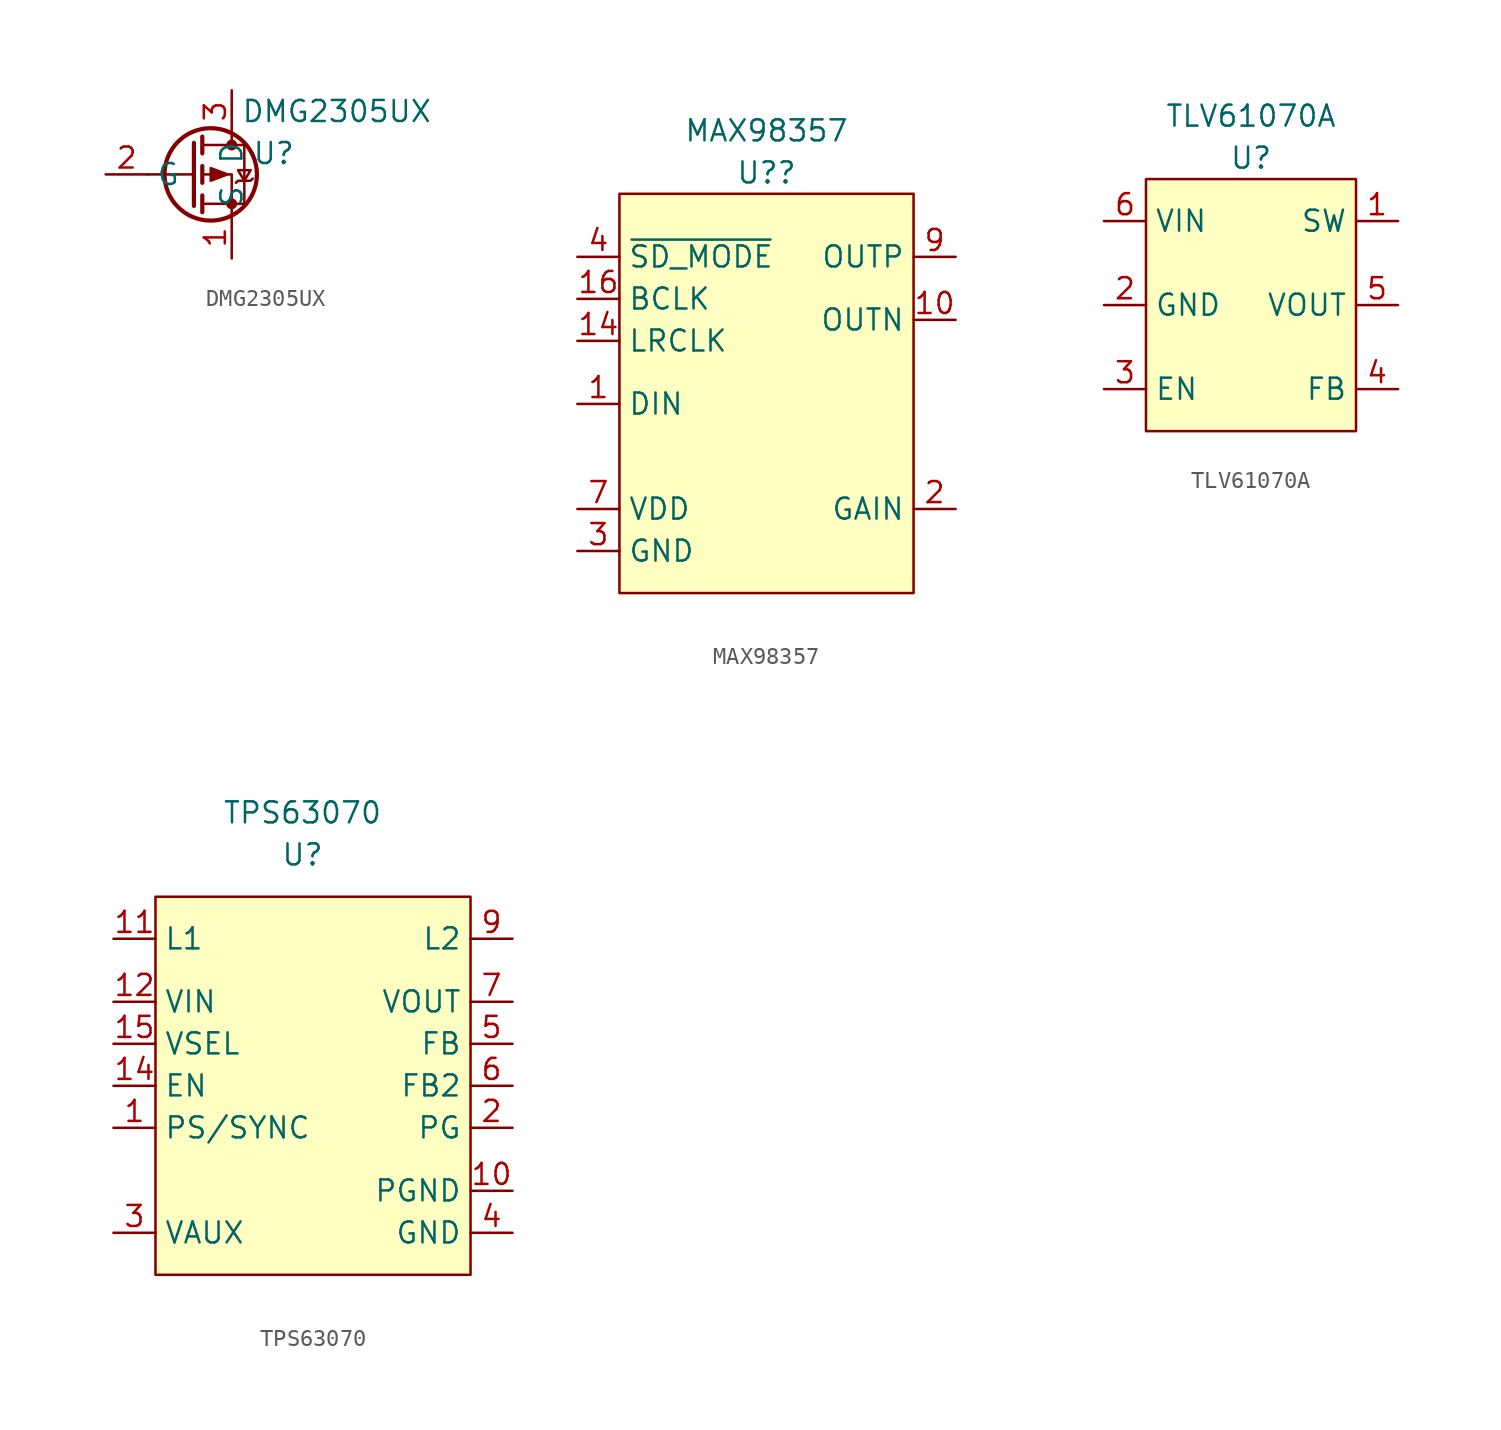
<source format=kicad_sym>
(kicad_symbol_lib
  (version 20211014)
  (generator kicad_symbol_editor)
  (symbol "DMG2305UX"
    (property "Reference" "U"
      (at 3.81 1.27 0)
      (effects (font (size 1.27 1.27))))
    (property "Value" "DMG2305UX"
      (at 7.62 3.81 0)
      (effects (font (size 1.27 1.27))))
    (symbol "DMG2305UX_0_1"
      (polyline (pts (xy -1.016 0) (xy -3.81 0)) (stroke (width 0) (type default) (color 0 0 0 0)) (fill (type none)))
      (polyline (pts (xy -1.016 1.905) (xy -1.016 -1.905)) (stroke (width 0.254) (type default) (color 0 0 0 0)) (fill (type none)))
      (polyline (pts (xy -0.508 -1.27) (xy -0.508 -2.286)) (stroke (width 0.254) (type default) (color 0 0 0 0)) (fill (type none)))
      (polyline (pts (xy -0.508 0.508) (xy -0.508 -0.508)) (stroke (width 0.254) (type default) (color 0 0 0 0)) (fill (type none)))
      (polyline (pts (xy -0.508 2.286) (xy -0.508 1.27)) (stroke (width 0.254) (type default) (color 0 0 0 0)) (fill (type none)))
      (polyline (pts (xy 1.27 2.54) (xy 1.27 1.778)) (stroke (width 0) (type default) (color 0 0 0 0)) (fill (type none)))
      (polyline (pts (xy 1.27 -2.54) (xy 1.27 0) (xy -0.508 0)) (stroke (width 0) (type default) (color 0 0 0 0)) (fill (type none)))
      (polyline (pts (xy -0.508 1.778) (xy 2.032 1.778) (xy 2.032 -1.778) (xy -0.508 -1.778)) (stroke (width 0) (type default) (color 0 0 0 0)) (fill (type none)))
      (polyline (pts (xy 1.016 0) (xy 0 0.381) (xy 0 -0.381) (xy 1.016 0)) (stroke (width 0) (type default) (color 0 0 0 0)) (fill (type outline)))
      (polyline (pts (xy 1.524 -0.508) (xy 1.651 -0.381) (xy 2.413 -0.381) (xy 2.54 -0.254)) (stroke (width 0) (type default) (color 0 0 0 0)) (fill (type none)))
      (polyline (pts (xy 2.032 -0.381) (xy 1.651 0.254) (xy 2.413 0.254) (xy 2.032 -0.381)) (stroke (width 0) (type default) (color 0 0 0 0)) (fill (type none)))
      (circle (center 0 0) (radius 2.794) (stroke (width 0.254) (type default) (color 0 0 0 0)) (fill (type none)))
      (circle (center 1.27 -1.778) (radius 0.254) (stroke (width 0) (type default) (color 0 0 0 0)) (fill (type outline)))
      (circle (center 1.27 1.778) (radius 0.254) (stroke (width 0) (type default) (color 0 0 0 0)) (fill (type outline))))
    (symbol "DMG2305UX_1_1"
      (pin passive line (at 1.27 -5.08 90) (length 2.54) (name "S" (effects (font (size 1.27 1.27)))) (number "1" (effects (font (size 1.27 1.27)))))
      (pin input line (at -6.35 0 0) (length 2.54) (name "G" (effects (font (size 1.27 1.27)))) (number "2" (effects (font (size 1.27 1.27)))))
      (pin passive line (at 1.27 5.08 270) (length 2.54) (name "D" (effects (font (size 1.27 1.27)))) (number "3" (effects (font (size 1.27 1.27)))))))
  (symbol "MAX98357"
    (property "Reference" "U?"
      (at 0 11.43 0)
      (effects (font (size 1.27 1.27))))
    (property "Value" "MAX98357"
      (at 0 13.97 0)
      (effects (font (size 1.27 1.27))))
    (symbol "MAX98357_0_1"
      (rectangle (start -8.89 10.16) (end 8.89 -13.97) (stroke (width 0) (type default) (color 0 0 0 0)) (fill (type background))))
    (symbol "MAX98357_1_0"
      (pin output line (at 11.43 2.54 180) (length 2.54) (name "OUTN" (effects (font (size 1.27 1.27)))) (number "10" (effects (font (size 1.27 1.27)))))
      (pin power_in line (at -11.43 -11.43 0) (length 2.54) hide (name "GND" (effects (font (size 1.27 1.27)))) (number "11" (effects (font (size 1.27 1.27)))))
      (pin power_in line (at -11.43 -11.43 0) (length 2.54) hide (name "THERMAL" (effects (font (size 1.27 1.27)))) (number "17" (effects (font (size 1.27 1.27)))))
      (pin bidirectional line (at 11.43 -8.89 180) (length 2.54) (name "GAIN" (effects (font (size 1.27 1.27)))) (number "2" (effects (font (size 1.27 1.27)))))
      (pin power_in line (at -11.43 -11.43 0) (length 2.54) (name "GND" (effects (font (size 1.27 1.27)))) (number "3" (effects (font (size 1.27 1.27)))))
      (pin output line (at 11.43 6.35 180) (length 2.54) (name "OUTP" (effects (font (size 1.27 1.27)))) (number "9" (effects (font (size 1.27 1.27))))))
    (symbol "MAX98357_1_1"
      (pin input line (at -11.43 -2.54 0) (length 2.54) (name "DIN" (effects (font (size 1.27 1.27)))) (number "1" (effects (font (size 1.27 1.27)))))
      (pin bidirectional line (at -11.43 1.27 0) (length 2.54) (name "LRCLK" (effects (font (size 1.27 1.27)))) (number "14" (effects (font (size 1.27 1.27)))))
      (pin power_in line (at -11.43 -11.43 0) (length 2.54) hide (name "GND" (effects (font (size 1.27 1.27)))) (number "15" (effects (font (size 1.27 1.27)))))
      (pin bidirectional line (at -11.43 3.81 0) (length 2.54) (name "BCLK" (effects (font (size 1.27 1.27)))) (number "16" (effects (font (size 1.27 1.27)))))
      (pin bidirectional line (at -11.43 6.35 0) (length 2.54) (name "~{SD_MODE}" (effects (font (size 1.27 1.27)))) (number "4" (effects (font (size 1.27 1.27)))))
      (pin power_in line (at -11.43 -8.89 0) (length 2.54) (name "VDD" (effects (font (size 1.27 1.27)))) (number "7" (effects (font (size 1.27 1.27)))))
      (pin power_in line (at -11.43 -8.89 0) (length 2.54) hide (name "VDD" (effects (font (size 1.27 1.27)))) (number "8" (effects (font (size 1.27 1.27)))))))
  (symbol "TLV61070A"
    (property "Reference" "U"
      (at 0 7.62 0)
      (effects (font (size 1.27 1.27))))
    (property "Value" "TLV61070A"
      (at 0 10.16 0)
      (effects (font (size 1.27 1.27))))
    (symbol "TLV61070A_0_1"
      (rectangle (start -6.35 6.35) (end 6.35 -8.89) (stroke (width 0) (type default) (color 0 0 0 0)) (fill (type background))))
    (symbol "TLV61070A_1_1"
      (pin input line (at 8.89 3.81 180) (length 2.54) (name "SW" (effects (font (size 1.27 1.27)))) (number "1" (effects (font (size 1.27 1.27)))))
      (pin power_in line (at -8.89 -1.27 0) (length 2.54) (name "GND" (effects (font (size 1.27 1.27)))) (number "2" (effects (font (size 1.27 1.27)))))
      (pin input line (at -8.89 -6.35 0) (length 2.54) (name "EN" (effects (font (size 1.27 1.27)))) (number "3" (effects (font (size 1.27 1.27)))))
      (pin input line (at 8.89 -6.35 180) (length 2.54) (name "FB" (effects (font (size 1.27 1.27)))) (number "4" (effects (font (size 1.27 1.27)))))
      (pin power_out line (at 8.89 -1.27 180) (length 2.54) (name "VOUT" (effects (font (size 1.27 1.27)))) (number "5" (effects (font (size 1.27 1.27)))))
      (pin power_in line (at -8.89 3.81 0) (length 2.54) (name "VIN" (effects (font (size 1.27 1.27)))) (number "6" (effects (font (size 1.27 1.27)))))))
  (symbol "TPS63070"
    (property "Reference" "U"
      (at 0 8.89 0)
      (effects (font (size 1.27 1.27))))
    (property "Value" "TPS63070"
      (at 0 11.43 0)
      (effects (font (size 1.27 1.27))))
    (symbol "TPS63070_0_1"
      (rectangle (start -8.89 6.35) (end 10.16 -16.51) (stroke (width 0) (type default) (color 0 0 0 0)) (fill (type background))))
    (symbol "TPS63070_1_1"
      (pin input line (at -11.43 -7.62 0) (length 2.54) (name "PS/SYNC" (effects (font (size 1.27 1.27)))) (number "1" (effects (font (size 1.27 1.27)))))
      (pin power_in line (at 12.7 -11.43 180) (length 2.54) (name "PGND" (effects (font (size 1.27 1.27)))) (number "10" (effects (font (size 1.27 1.27)))))
      (pin input line (at -11.43 3.81 0) (length 2.54) (name "L1" (effects (font (size 1.27 1.27)))) (number "11" (effects (font (size 1.27 1.27)))))
      (pin power_in line (at -11.43 0 0) (length 2.54) (name "VIN" (effects (font (size 1.27 1.27)))) (number "12" (effects (font (size 1.27 1.27)))))
      (pin power_in line (at -11.43 0 0) (length 2.54) hide (name "VIN" (effects (font (size 1.27 1.27)))) (number "13" (effects (font (size 1.27 1.27)))))
      (pin input line (at -11.43 -5.08 0) (length 2.54) (name "EN" (effects (font (size 1.27 1.27)))) (number "14" (effects (font (size 1.27 1.27)))))
      (pin input line (at -11.43 -2.54 0) (length 2.54) (name "VSEL" (effects (font (size 1.27 1.27)))) (number "15" (effects (font (size 1.27 1.27)))))
      (pin output line (at 12.7 -7.62 180) (length 2.54) (name "PG" (effects (font (size 1.27 1.27)))) (number "2" (effects (font (size 1.27 1.27)))))
      (pin output line (at -11.43 -13.97 0) (length 2.54) (name "VAUX" (effects (font (size 1.27 1.27)))) (number "3" (effects (font (size 1.27 1.27)))))
      (pin power_in line (at 12.7 -13.97 180) (length 2.54) (name "GND" (effects (font (size 1.27 1.27)))) (number "4" (effects (font (size 1.27 1.27)))))
      (pin input line (at 12.7 -2.54 180) (length 2.54) (name "FB" (effects (font (size 1.27 1.27)))) (number "5" (effects (font (size 1.27 1.27)))))
      (pin output line (at 12.7 -5.08 180) (length 2.54) (name "FB2" (effects (font (size 1.27 1.27)))) (number "6" (effects (font (size 1.27 1.27)))))
      (pin power_out line (at 12.7 0 180) (length 2.54) (name "VOUT" (effects (font (size 1.27 1.27)))) (number "7" (effects (font (size 1.27 1.27)))))
      (pin power_out line (at 12.7 0 180) (length 2.54) hide (name "VOUT" (effects (font (size 1.27 1.27)))) (number "8" (effects (font (size 1.27 1.27)))))
      (pin input line (at 12.7 3.81 180) (length 2.54) (name "L2" (effects (font (size 1.27 1.27)))) (number "9" (effects (font (size 1.27 1.27))))))))
</source>
